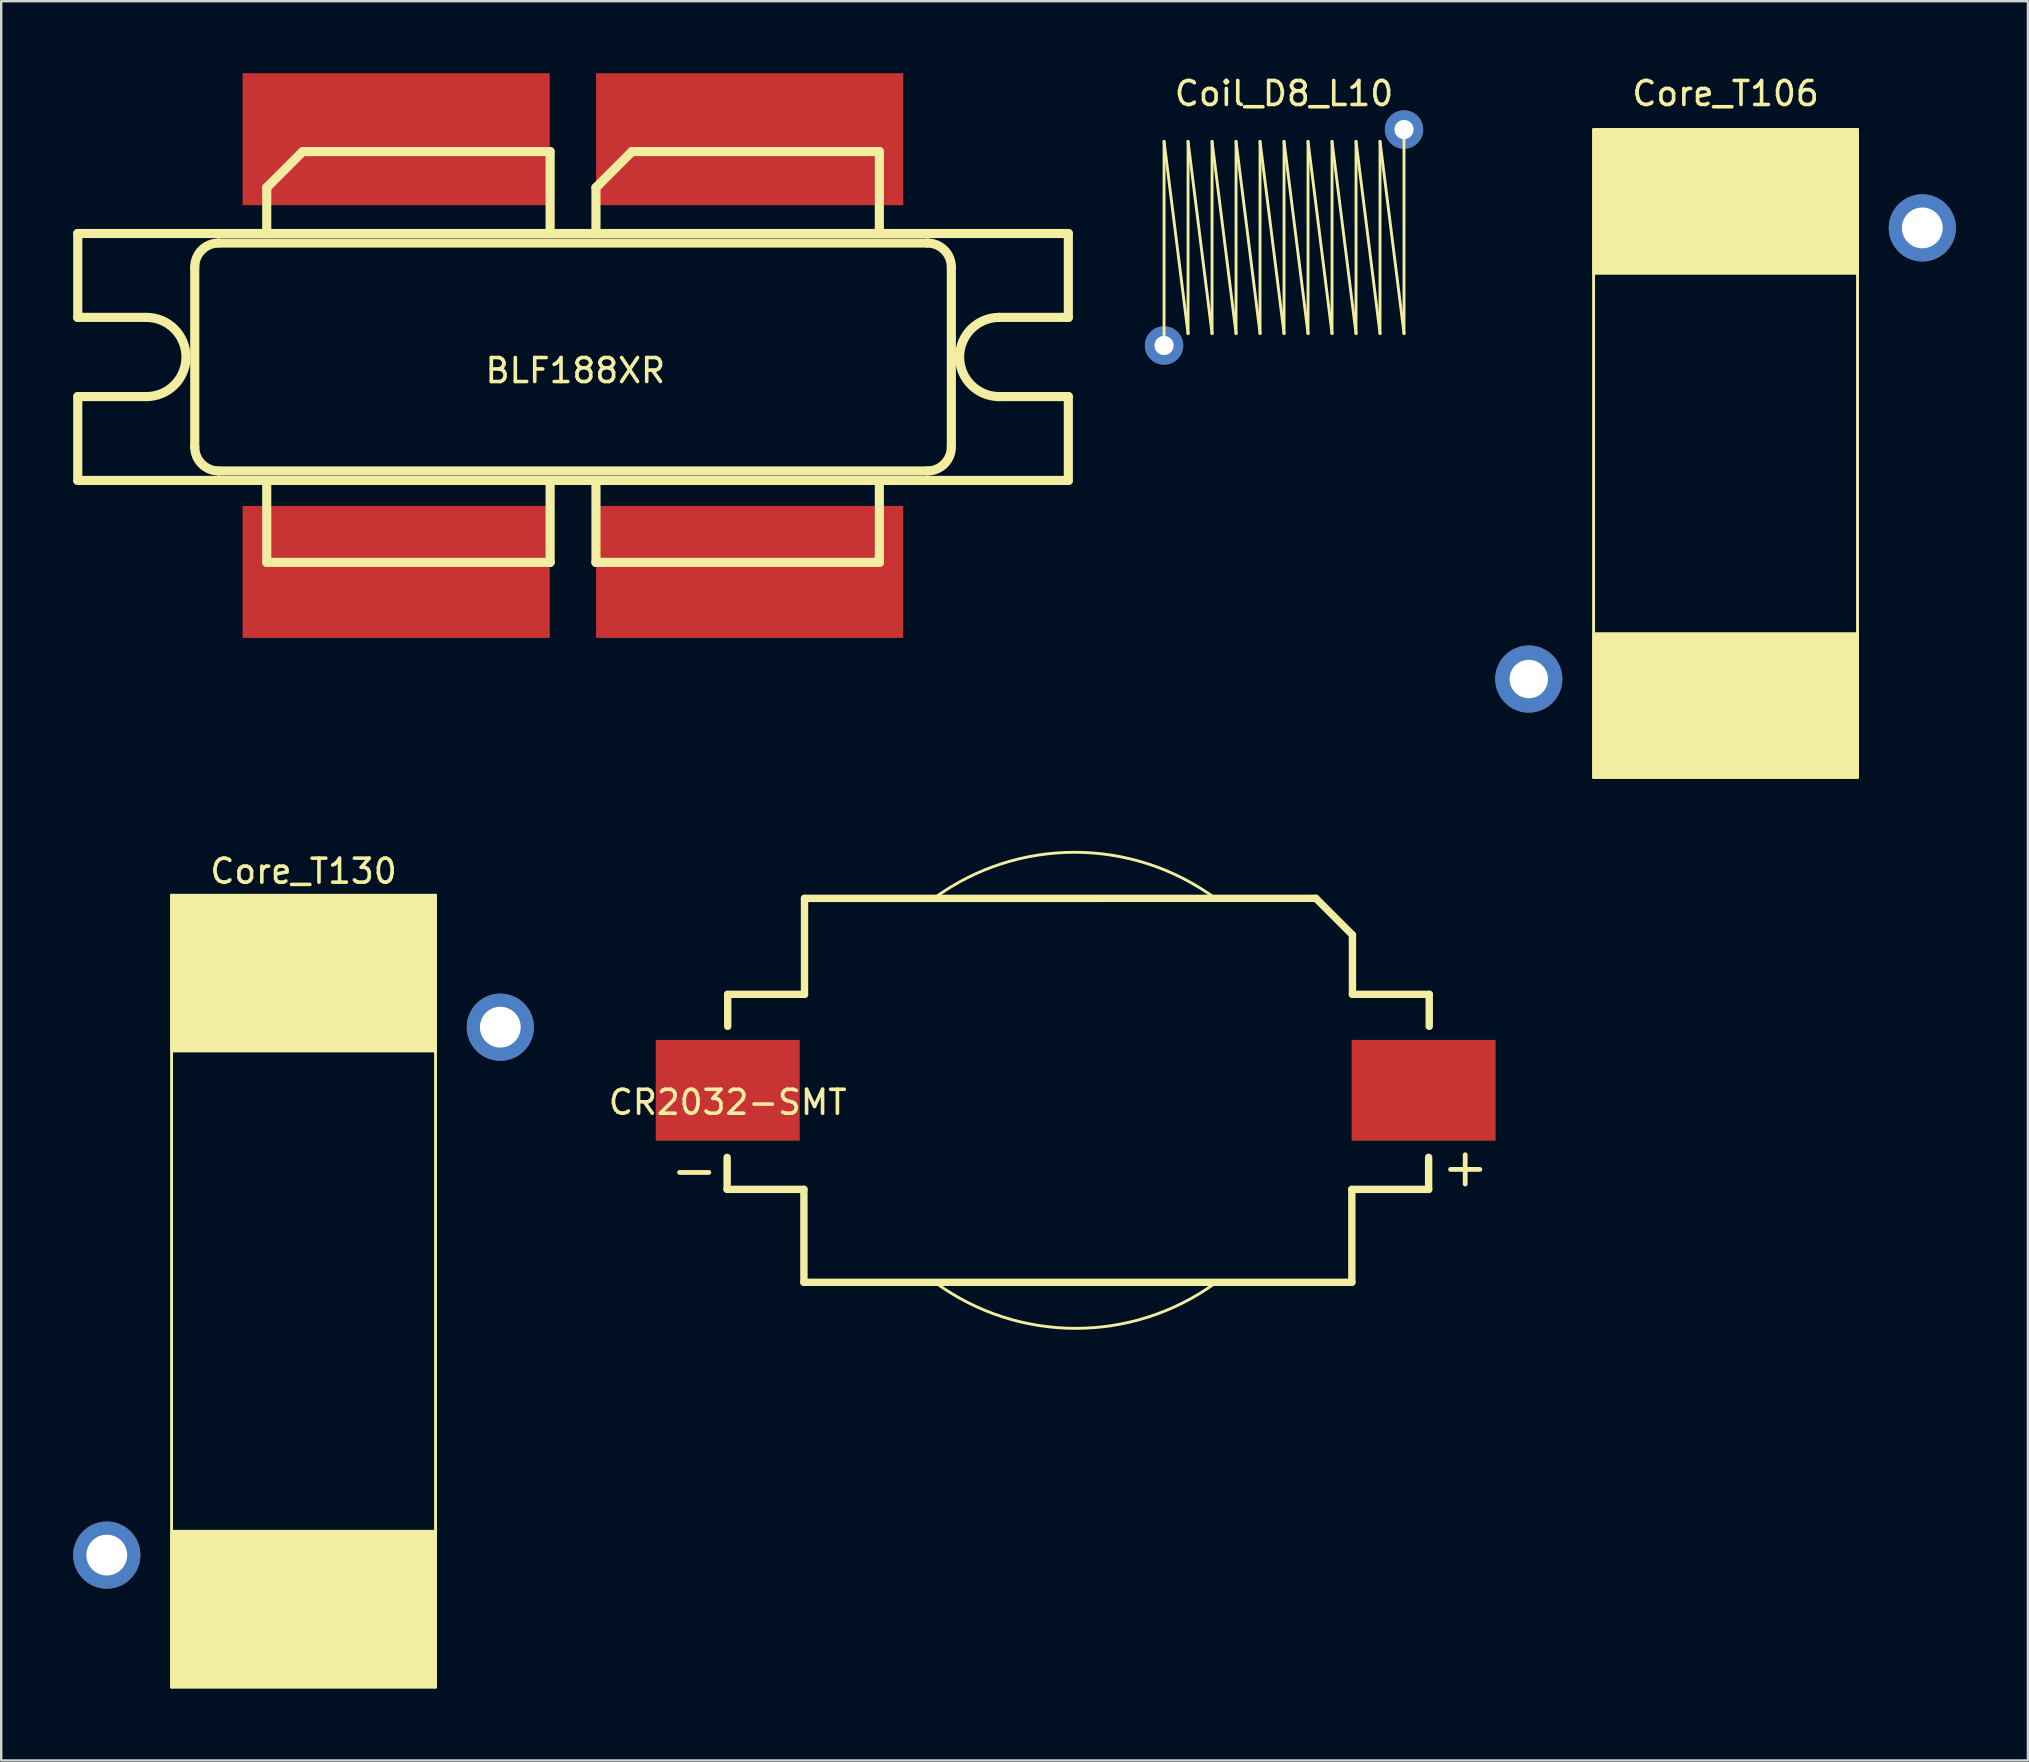
<source format=kicad_pcb>
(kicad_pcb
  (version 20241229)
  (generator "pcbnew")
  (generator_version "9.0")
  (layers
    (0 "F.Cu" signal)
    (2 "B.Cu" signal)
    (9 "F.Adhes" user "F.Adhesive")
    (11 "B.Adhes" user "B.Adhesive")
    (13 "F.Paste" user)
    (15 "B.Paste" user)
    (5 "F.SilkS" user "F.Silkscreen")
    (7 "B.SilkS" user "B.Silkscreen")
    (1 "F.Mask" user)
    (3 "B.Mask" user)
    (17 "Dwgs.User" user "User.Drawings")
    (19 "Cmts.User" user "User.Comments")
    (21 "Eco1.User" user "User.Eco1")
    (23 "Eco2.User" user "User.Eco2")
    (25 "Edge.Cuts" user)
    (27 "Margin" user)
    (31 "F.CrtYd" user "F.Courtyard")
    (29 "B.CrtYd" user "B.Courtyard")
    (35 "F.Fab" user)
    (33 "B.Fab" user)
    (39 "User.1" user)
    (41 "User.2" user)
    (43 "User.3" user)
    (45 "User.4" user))
  (footprint "Coil_D8_L10"
    (layer "F.Cu")
    (at 50.461 6.848)
    (property "Reference" "Coil_D8_L10" (at 0 -6 0) (layer "F.SilkS") (effects (font (size 1 1) (thickness 0.15))))
    (attr through_hole)
    (fp_line (start -5 -4) (end -4 4) (stroke (width 0.12) (type solid)) (layer "F.SilkS"))
    (fp_line (start -5 4) (end -5 -4) (stroke (width 0.12) (type solid)) (layer "F.SilkS"))
    (fp_line (start -5 4) (end -5 4.5) (stroke (width 0.12) (type solid)) (layer "F.SilkS"))
    (fp_line (start -4 -4) (end -3 4) (stroke (width 0.12) (type solid)) (layer "F.SilkS"))
    (fp_line (start -4 4) (end -4 -4) (stroke (width 0.12) (type solid)) (layer "F.SilkS"))
    (fp_line (start -3 -4) (end -2 4) (stroke (width 0.12) (type solid)) (layer "F.SilkS"))
    (fp_line (start -3 4) (end -3 -4) (stroke (width 0.12) (type solid)) (layer "F.SilkS"))
    (fp_line (start -2 -4) (end -1 4) (stroke (width 0.12) (type solid)) (layer "F.SilkS"))
    (fp_line (start -2 4) (end -2 -4) (stroke (width 0.12) (type solid)) (layer "F.SilkS"))
    (fp_line (start -1 -4) (end 0 4) (stroke (width 0.12) (type solid)) (layer "F.SilkS"))
    (fp_line (start -1 4) (end -1 -4) (stroke (width 0.12) (type solid)) (layer "F.SilkS"))
    (fp_line (start 0 -4) (end 1 4) (stroke (width 0.12) (type solid)) (layer "F.SilkS"))
    (fp_line (start 0 4) (end 0 -4) (stroke (width 0.12) (type solid)) (layer "F.SilkS"))
    (fp_line (start 1 -4) (end 2 4) (stroke (width 0.12) (type solid)) (layer "F.SilkS"))
    (fp_line (start 1 4) (end 1 -4) (stroke (width 0.12) (type solid)) (layer "F.SilkS"))
    (fp_line (start 2 -4) (end 3 4) (stroke (width 0.12) (type solid)) (layer "F.SilkS"))
    (fp_line (start 2 4) (end 2 -4) (stroke (width 0.12) (type solid)) (layer "F.SilkS"))
    (fp_line (start 3 -4) (end 4 4) (stroke (width 0.12) (type solid)) (layer "F.SilkS"))
    (fp_line (start 3 4) (end 3 -4) (stroke (width 0.12) (type solid)) (layer "F.SilkS"))
    (fp_line (start 4 -4) (end 5 4) (stroke (width 0.12) (type solid)) (layer "F.SilkS"))
    (fp_line (start 4 4) (end 4 -4) (stroke (width 0.12) (type solid)) (layer "F.SilkS"))
    (fp_line (start 5 4) (end 5 -4.5) (stroke (width 0.12) (type solid)) (layer "F.SilkS"))
    (pad "1" thru_hole circle (at -5 4.5) (size 1.6 1.6) (drill 0.8) (layers "*.Cu" "*.Mask"))
    (pad "2" thru_hole circle (at 5 -4.5) (size 1.6 1.6) (drill 0.8) (layers "*.Cu" "*.Mask")))
  (footprint "BLF188XR"
    (layer "F.Cu")
    (at 20.825 11.894)
    (property "Reference" "BLF188XR" (at 0.1 0.5 0) (layer "F.SilkS") (effects (font (size 1 1) (thickness 0.15))))
    (attr through_hole)
    (fp_line (start -20.634 -5.212) (end -20.634 -1.717) (stroke (width 0.381) (type solid)) (layer "F.SilkS"))
    (fp_line (start -20.634 -1.717) (end -17.774 -1.717) (stroke (width 0.381) (type solid)) (layer "F.SilkS"))
    (fp_line (start -20.634 1.583) (end -20.634 5.078) (stroke (width 0.381) (type solid)) (layer "F.SilkS"))
    (fp_line (start -20.634 5.078) (end 20.646 5.078) (stroke (width 0.381) (type solid)) (layer "F.SilkS"))
    (fp_line (start -17.774 1.583) (end -20.634 1.583) (stroke (width 0.381) (type solid)) (layer "F.SilkS"))
    (fp_line (start -15.759 -3.817) (end -15.759 3.683) (stroke (width 0.381) (type solid)) (layer "F.SilkS"))
    (fp_line (start -14.759 4.683) (end 14.771 4.683) (stroke (width 0.381) (type solid)) (layer "F.SilkS"))
    (fp_line (start -12.759 -7.127) (end -12.759 -5.212) (stroke (width 0.381) (type solid)) (layer "F.SilkS"))
    (fp_line (start -12.759 5.078) (end -12.759 8.493) (stroke (width 0.381) (type solid)) (layer "F.SilkS"))
    (fp_line (start -12.759 8.493) (end -0.949 8.493) (stroke (width 0.381) (type solid)) (layer "F.SilkS"))
    (fp_line (start -11.259 -8.627) (end -12.759 -7.127) (stroke (width 0.381) (type solid)) (layer "F.SilkS"))
    (fp_line (start -0.949 -8.627) (end -11.259 -8.627) (stroke (width 0.381) (type solid)) (layer "F.SilkS"))
    (fp_line (start -0.949 -5.212) (end -0.949 -8.627) (stroke (width 0.381) (type solid)) (layer "F.SilkS"))
    (fp_line (start -0.949 8.493) (end -0.949 5.078) (stroke (width 0.381) (type solid)) (layer "F.SilkS"))
    (fp_line (start 0.961 -7.127) (end 0.961 -5.212) (stroke (width 0.381) (type solid)) (layer "F.SilkS"))
    (fp_line (start 0.961 5.078) (end 0.961 8.493) (stroke (width 0.381) (type solid)) (layer "F.SilkS"))
    (fp_line (start 0.961 8.493) (end 12.771 8.493) (stroke (width 0.381) (type solid)) (layer "F.SilkS"))
    (fp_line (start 2.461 -8.627) (end 0.961 -7.127) (stroke (width 0.381) (type solid)) (layer "F.SilkS"))
    (fp_line (start 12.771 -8.627) (end 2.461 -8.627) (stroke (width 0.381) (type solid)) (layer "F.SilkS"))
    (fp_line (start 12.771 -5.212) (end 12.771 -8.627) (stroke (width 0.381) (type solid)) (layer "F.SilkS"))
    (fp_line (start 12.771 8.493) (end 12.771 5.078) (stroke (width 0.381) (type solid)) (layer "F.SilkS"))
    (fp_line (start 14.771 -4.817) (end -14.759 -4.817) (stroke (width 0.381) (type solid)) (layer "F.SilkS"))
    (fp_line (start 15.771 3.683) (end 15.771 -3.817) (stroke (width 0.381) (type solid)) (layer "F.SilkS"))
    (fp_line (start 17.766 -1.717) (end 20.646 -1.717) (stroke (width 0.381) (type solid)) (layer "F.SilkS"))
    (fp_line (start 17.766 1.583) (end 20.646 1.583) (stroke (width 0.381) (type solid)) (layer "F.SilkS"))
    (fp_line (start 20.646 -5.212) (end -20.634 -5.212) (stroke (width 0.381) (type solid)) (layer "F.SilkS"))
    (fp_line (start 20.646 -1.717) (end 20.646 -5.212) (stroke (width 0.381) (type solid)) (layer "F.SilkS"))
    (fp_line (start 20.646 5.078) (end 20.646 1.583) (stroke (width 0.381) (type solid)) (layer "F.SilkS"))
    (fp_arc (start -17.774 -1.717) (mid -16.124 -0.067) (end -17.774 1.583) (stroke (width 0.381) (type solid)) (layer "F.SilkS"))
    (fp_arc (start -15.759 -3.817) (mid -15.466107 -4.524107) (end -14.759 -4.817) (stroke (width 0.381) (type solid)) (layer "F.SilkS"))
    (fp_arc (start -14.759 4.683) (mid -15.466107 4.390107) (end -15.759 3.683) (stroke (width 0.381) (type solid)) (layer "F.SilkS"))
    (fp_arc (start 14.771 -4.817) (mid 15.478107 -4.524107) (end 15.771 -3.817) (stroke (width 0.381) (type solid)) (layer "F.SilkS"))
    (fp_arc (start 15.771 3.683) (mid 15.478107 4.390107) (end 14.771 4.683) (stroke (width 0.381) (type solid)) (layer "F.SilkS"))
    (fp_arc (start 17.766 1.583) (mid 16.116 -0.067) (end 17.766 -1.717) (stroke (width 0.381) (type solid)) (layer "F.SilkS"))
    (pad "1" smd rect (at -7.366 -9.144) (size 12.8 5.5) (layers "F.Cu" "F.Mask" "F.Paste"))
    (pad "2" smd rect (at 7.366 -9.144) (size 12.8 5.5) (layers "F.Cu" "F.Mask" "F.Paste"))
    (pad "3" smd rect (at -7.366 8.89) (size 12.8 5.5) (layers "F.Cu" "F.Mask" "F.Paste"))
    (pad "4" smd rect (at 7.366 8.89) (size 12.8 5.5) (layers "F.Cu" "F.Mask" "F.Paste")))
  (footprint "Core_T106"
    (layer "F.Cu")
    (at 68.861 15.848)
    (property "Reference" "Core_T106" (at 0 -15 0) (layer "F.SilkS") (effects (font (size 1 1) (thickness 0.15))))
    (attr through_hole)
    (fp_line (start -5.5 -13.5) (end -5.5 13.5) (stroke (width 0.12) (type solid)) (layer "F.SilkS"))
    (fp_line (start -5.5 13.5) (end 5.5 13.5) (stroke (width 0.12) (type solid)) (layer "F.SilkS"))
    (fp_line (start 5.5 -13.5) (end -5.5 -13.5) (stroke (width 0.12) (type solid)) (layer "F.SilkS"))
    (fp_line (start 5.5 13.5) (end 5.5 -13.5) (stroke (width 0.12) (type solid)) (layer "F.SilkS"))
    (fp_poly (pts (xy -5.5 -13.5) (xy 5.5 -13.5) (xy 5.5 -7.5) (xy -5.5 -7.5)) (stroke (width 0.1) (type solid)) (fill yes) (layer "F.SilkS"))
    (fp_poly (pts (xy -5.5 13.5) (xy -5.5 7.5) (xy 5.5 7.5) (xy 5.5 13.5)) (stroke (width 0.1) (type solid)) (fill yes) (layer "F.SilkS"))
    (pad "1" thru_hole circle (at -8.2 9.4) (size 2.8 2.8) (drill 1.6) (layers "*.Cu" "*.Mask"))
    (pad "2" thru_hole circle (at 8.2 -9.4) (size 2.8 2.8) (drill 1.7) (layers "*.Cu" "*.Mask")))
  (footprint "CR2032-SMT"
    (layer "F.Cu")
    (at 27.277 42.388)
    (property "Reference" "CR2032-SMT" (at 0 0.5 0) (layer "F.SilkS") (effects (font (size 1 1) (thickness 0.15))))
    (attr through_hole)
    (fp_line (start -0.025 2.794) (end -0.025 4.127) (stroke (width 0.308) (type solid)) (layer "F.SilkS"))
    (fp_line (start 0 -4) (end 3.2 -4) (stroke (width 0.308) (type solid)) (layer "F.SilkS"))
    (fp_line (start 0 -2.667) (end 0 -4) (stroke (width 0.308) (type solid)) (layer "F.SilkS"))
    (fp_line (start 3.175 4.127) (end -0.025 4.127) (stroke (width 0.308) (type solid)) (layer "F.SilkS"))
    (fp_line (start 3.175 4.127) (end 3.175 8.001) (stroke (width 0.308) (type solid)) (layer "F.SilkS"))
    (fp_line (start 3.2 -8) (end 24.511 -8.001) (stroke (width 0.308) (type solid)) (layer "F.SilkS"))
    (fp_line (start 3.2 -4) (end 3.2 -8) (stroke (width 0.308) (type solid)) (layer "F.SilkS"))
    (fp_line (start 24.511 -8.001) (end 26.035 -6.477) (stroke (width 0.308) (type solid)) (layer "F.SilkS"))
    (fp_line (start 26.01 4.127) (end 26.01 8.001) (stroke (width 0.308) (type solid)) (layer "F.SilkS"))
    (fp_line (start 26.01 8) (end 3.175 8) (stroke (width 0.308) (type solid)) (layer "F.SilkS"))
    (fp_line (start 26.035 -4) (end 26.035 -6.477) (stroke (width 0.308) (type solid)) (layer "F.SilkS"))
    (fp_line (start 26.035 -4) (end 29.235 -4) (stroke (width 0.308) (type solid)) (layer "F.SilkS"))
    (fp_line (start 29.21 2.794) (end 29.21 4.127) (stroke (width 0.308) (type solid)) (layer "F.SilkS"))
    (fp_line (start 29.21 4.127) (end 26.01 4.127) (stroke (width 0.308) (type solid)) (layer "F.SilkS"))
    (fp_line (start 29.235 -2.667) (end 29.235 -4) (stroke (width 0.308) (type solid)) (layer "F.SilkS"))
    (fp_arc (start 8.620738 -8.021981) (mid 14.473791 -9.919786) (end 20.319999 -8.000999) (stroke (width 0.12) (type solid)) (layer "F.SilkS"))
    (fp_arc (start 20.335262 8.021981) (mid 14.482209 9.919786) (end 8.636001 8.000999) (stroke (width 0.12) (type solid)) (layer "F.SilkS"))
    (fp_text user "-" (at -1.397 3.302 0) (layer "F.SilkS") (effects (font (size 1.6 1.6) (thickness 0.2))))
    (fp_text user "+" (at 30.734 3.175 0) (layer "F.SilkS") (effects (font (size 1.6 1.6) (thickness 0.2))))
    (pad "1" smd rect (at 29 0 90) (size 4.2 6) (layers "F.Cu" "F.Mask" "F.Paste"))
    (pad "2" smd rect (at 0 0 90) (size 4.2 6) (layers "F.Cu" "F.Mask" "F.Paste")))
  (footprint "Core_T130"
    (layer "F.Cu")
    (at 9.6 50.757)
    (property "Reference" "Core_T130" (at 0 -17.5 0) (layer "F.SilkS") (effects (font (size 1 1) (thickness 0.15))))
    (attr through_hole)
    (fp_line (start -5.5 -16.5) (end 5.5 -16.5) (stroke (width 0.12) (type solid)) (layer "F.SilkS"))
    (fp_line (start -5.5 16.5) (end -5.5 -16.5) (stroke (width 0.12) (type solid)) (layer "F.SilkS"))
    (fp_line (start 5.5 -16.5) (end 5.5 16.5) (stroke (width 0.12) (type solid)) (layer "F.SilkS"))
    (fp_line (start 5.5 16.5) (end -5.5 16.5) (stroke (width 0.12) (type solid)) (layer "F.SilkS"))
    (fp_poly (pts (xy -5.5 -16.5) (xy -5.5 -10) (xy 5.5 -10) (xy 5.5 -16.5)) (stroke (width 0.1) (type solid)) (fill yes) (layer "F.SilkS"))
    (fp_poly (pts (xy -5.5 16.5) (xy -5.5 10) (xy 5.5 10) (xy 5.5 16.5)) (stroke (width 0.1) (type solid)) (fill yes) (layer "F.SilkS"))
    (pad "1" thru_hole circle (at -8.2 11) (size 2.8 2.8) (drill 1.7) (layers "*.Cu" "*.Mask"))
    (pad "2" thru_hole circle (at 8.2 -11) (size 2.8 2.8) (drill 1.7) (layers "*.Cu" "*.Mask")))
  (gr_rect
    (start -3 -3)
    (end 81.461 70.317)
    (stroke (width 0.1) (type default))
    (fill no)
    (layer "Edge.Cuts")))
</source>
